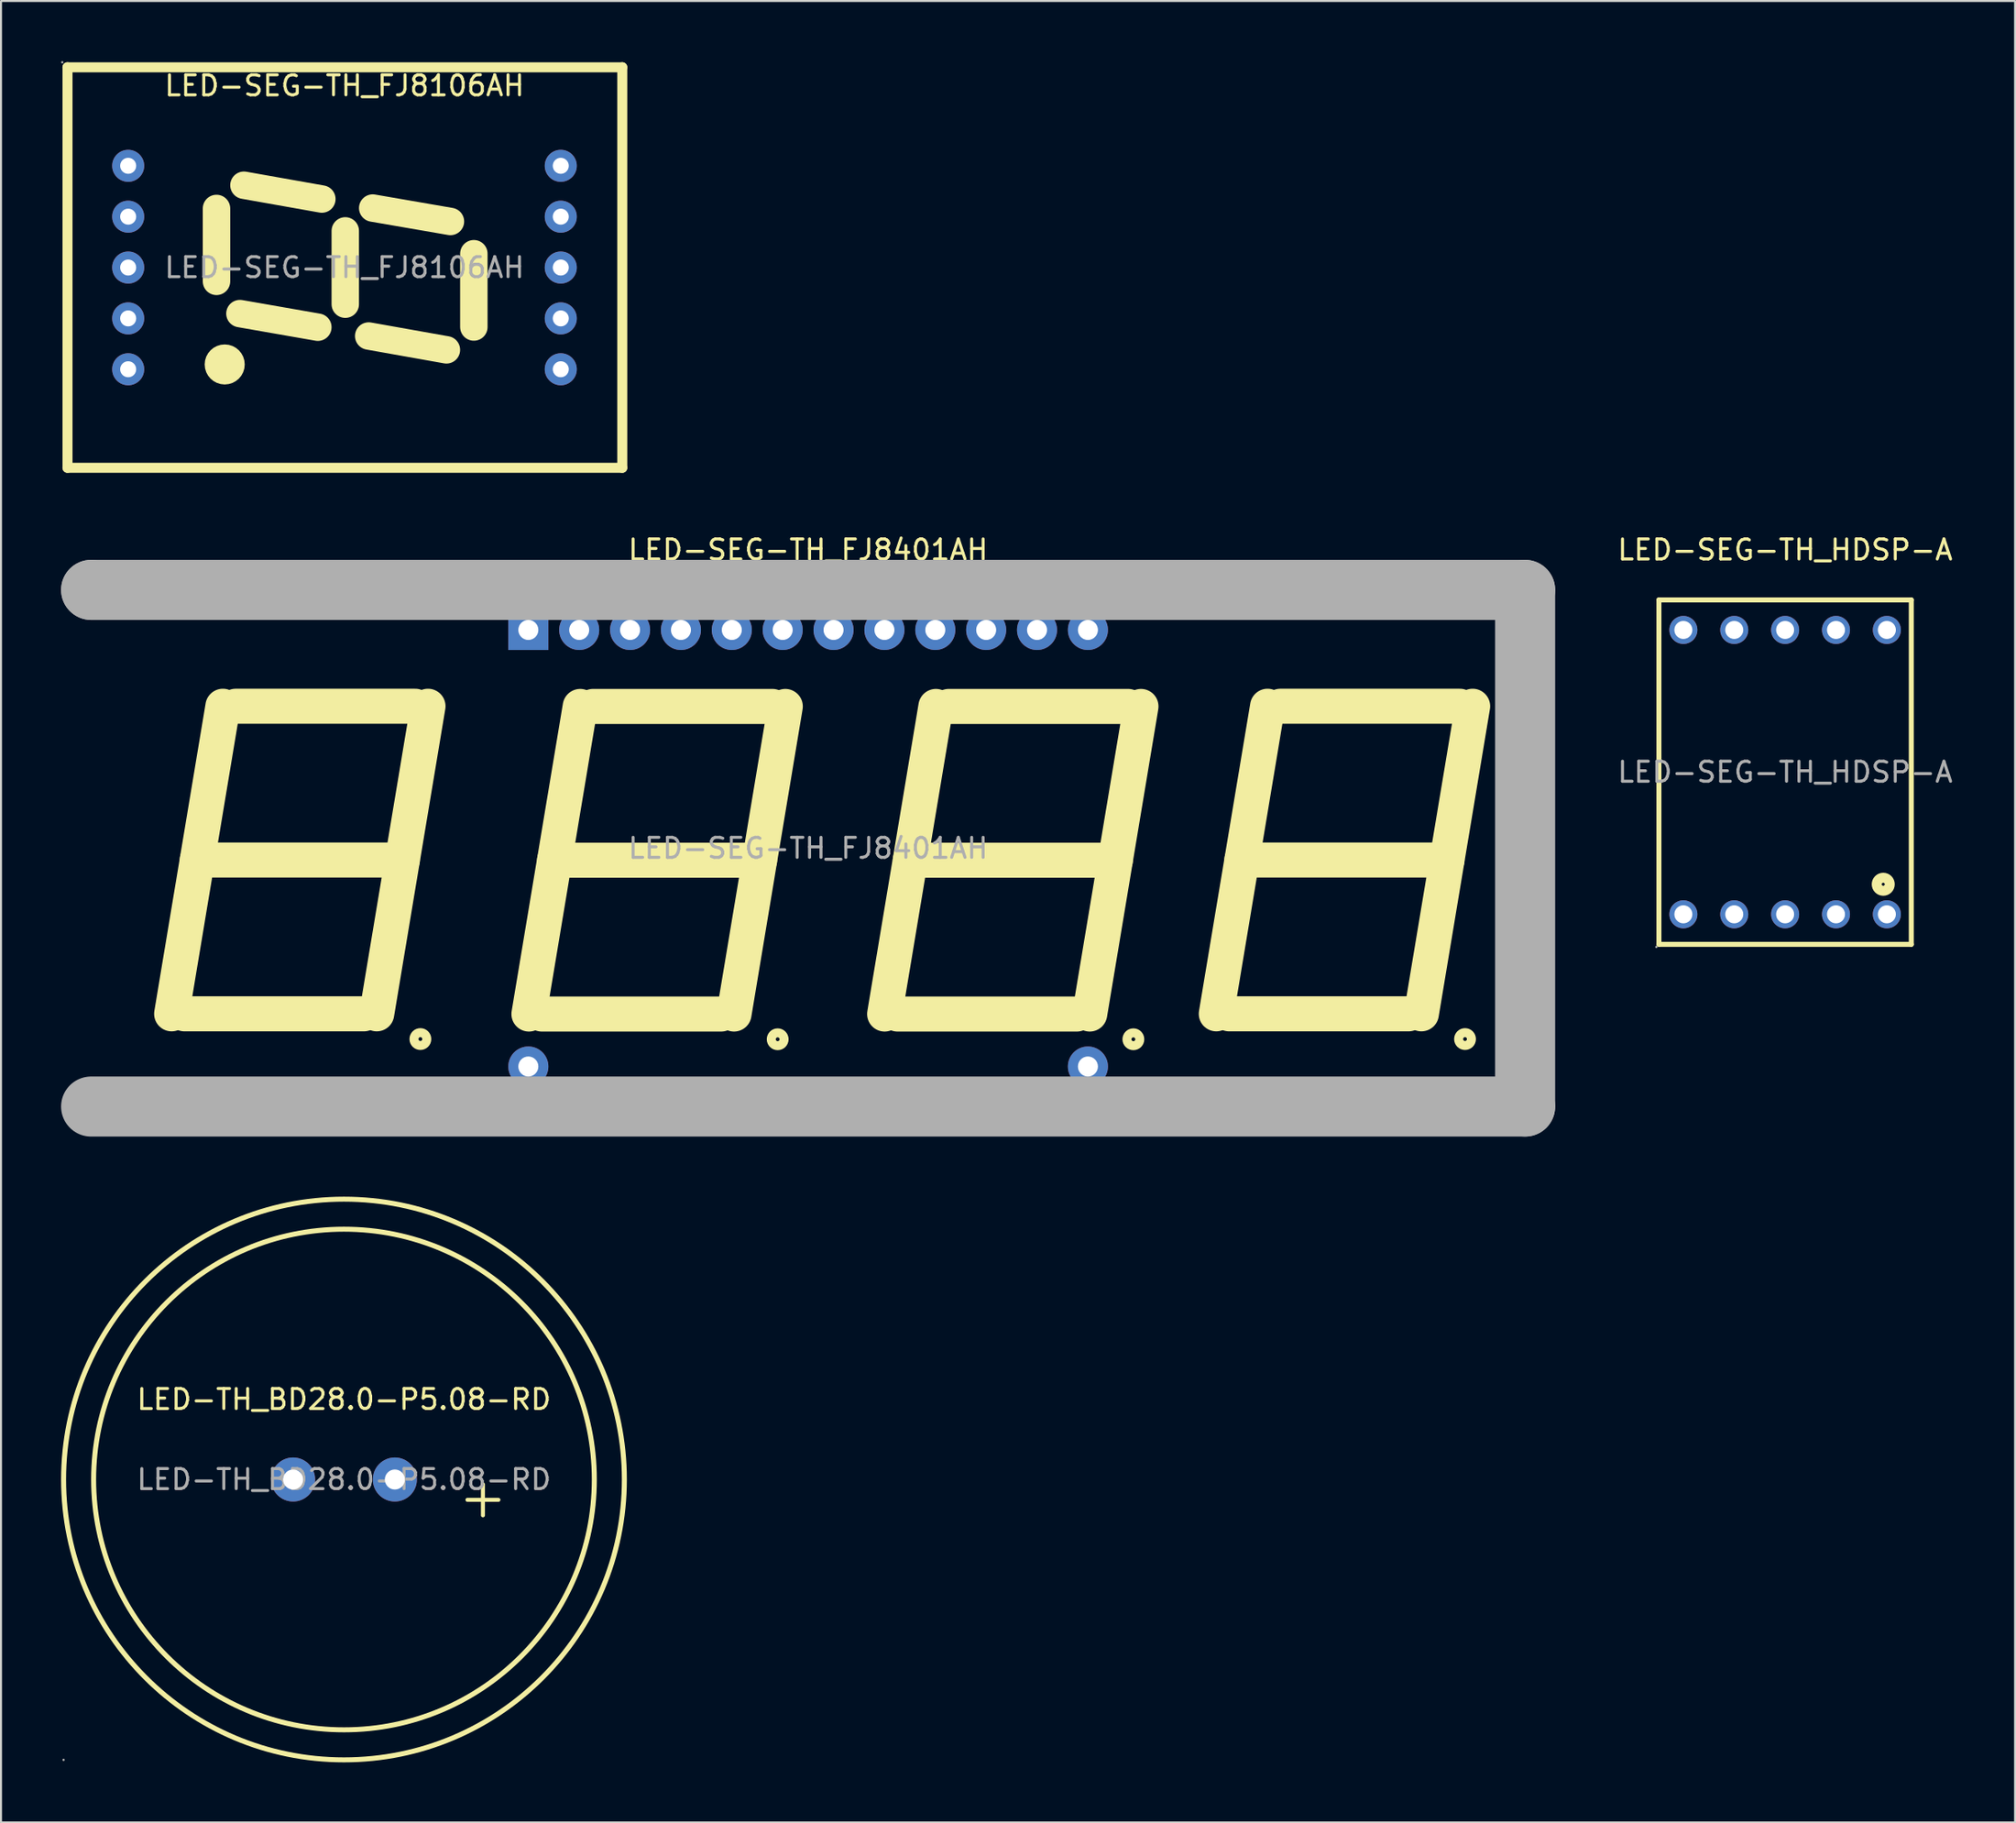
<source format=kicad_pcb>
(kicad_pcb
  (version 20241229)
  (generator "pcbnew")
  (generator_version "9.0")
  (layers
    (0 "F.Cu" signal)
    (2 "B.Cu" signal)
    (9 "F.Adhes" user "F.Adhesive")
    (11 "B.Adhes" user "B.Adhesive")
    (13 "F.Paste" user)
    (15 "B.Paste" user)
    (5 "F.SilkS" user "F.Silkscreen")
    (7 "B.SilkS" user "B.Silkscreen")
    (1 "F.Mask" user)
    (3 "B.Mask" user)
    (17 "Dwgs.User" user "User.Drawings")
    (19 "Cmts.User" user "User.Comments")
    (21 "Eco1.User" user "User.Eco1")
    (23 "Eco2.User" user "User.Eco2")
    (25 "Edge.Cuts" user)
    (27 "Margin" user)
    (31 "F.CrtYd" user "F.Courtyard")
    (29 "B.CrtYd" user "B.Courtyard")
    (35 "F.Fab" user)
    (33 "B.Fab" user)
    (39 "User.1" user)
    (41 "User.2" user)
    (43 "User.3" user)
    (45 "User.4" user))
  (footprint "LED-SEG-TH_FJ8106AH"
    (layer "F.Cu")
    (at 14.15 10.31)
    (property "Reference" "LED-SEG-TH_FJ8106AH" (at 0 -9.08 0) (layer "F.SilkS") (effects (font (size 1 1) (thickness 0.15))))
    (attr through_hole)
    (fp_line (start -13.83 -10) (end -13.83 10) (stroke (width 0.5) (type solid)) (layer "F.SilkS"))
    (fp_line (start -13.83 10) (end 13.87 10) (stroke (width 0.5) (type solid)) (layer "F.SilkS"))
    (fp_line (start -6.39 -2.95) (end -6.39 0.69) (stroke (width 1.37) (type solid)) (layer "F.SilkS"))
    (fp_line (start -5.22 2.3) (end -1.33 2.98) (stroke (width 1.37) (type solid)) (layer "F.SilkS"))
    (fp_line (start -5.02 -4.11) (end -1.13 -3.42) (stroke (width 1.37) (type solid)) (layer "F.SilkS"))
    (fp_line (start 0.04 1.83) (end 0.04 -1.83) (stroke (width 1.37) (type solid)) (layer "F.SilkS"))
    (fp_line (start 1.21 3.42) (end 5.09 4.11) (stroke (width 1.37) (type solid)) (layer "F.SilkS"))
    (fp_line (start 1.41 -2.97) (end 5.29 -2.3) (stroke (width 1.37) (type solid)) (layer "F.SilkS"))
    (fp_line (start 6.46 2.97) (end 6.46 -0.69) (stroke (width 1.37) (type solid)) (layer "F.SilkS"))
    (fp_line (start 13.87 -10) (end -13.83 -10) (stroke (width 0.5) (type solid)) (layer "F.SilkS"))
    (fp_line (start 13.87 10) (end 13.87 -10) (stroke (width 0.5) (type solid)) (layer "F.SilkS"))
    (fp_arc (start -5.98 4.84) (mid -5.98 4.84) (end -5.98 4.84) (stroke (width 1) (type solid)) (layer "F.SilkS"))
    (fp_circle (center -14.09 -10.25) (end -14.06 -10.25) (stroke (width 0.06) (type solid)) (fill no) (layer "F.Fab"))
    (fp_circle (center -10.8 -5.08) (end -10.65 -5.08) (stroke (width 0.3) (type solid)) (fill no) (layer "F.Fab"))
    (fp_circle (center -10.8 -2.54) (end -10.65 -2.54) (stroke (width 0.3) (type solid)) (fill no) (layer "F.Fab"))
    (fp_circle (center -10.8 0) (end -10.65 0) (stroke (width 0.3) (type solid)) (fill no) (layer "F.Fab"))
    (fp_circle (center -10.8 2.54) (end -10.65 2.54) (stroke (width 0.3) (type solid)) (fill no) (layer "F.Fab"))
    (fp_circle (center -10.8 5.08) (end -10.65 5.08) (stroke (width 0.3) (type solid)) (fill no) (layer "F.Fab"))
    (fp_circle (center 10.8 -5.08) (end 10.95 -5.08) (stroke (width 0.3) (type solid)) (fill no) (layer "F.Fab"))
    (fp_circle (center 10.8 -2.54) (end 10.95 -2.54) (stroke (width 0.3) (type solid)) (fill no) (layer "F.Fab"))
    (fp_circle (center 10.8 0) (end 10.95 0) (stroke (width 0.3) (type solid)) (fill no) (layer "F.Fab"))
    (fp_circle (center 10.8 2.54) (end 10.95 2.54) (stroke (width 0.3) (type solid)) (fill no) (layer "F.Fab"))
    (fp_circle (center 10.8 5.08) (end 10.95 5.08) (stroke (width 0.3) (type solid)) (fill no) (layer "F.Fab"))
    (fp_text user "${REFERENCE}" (at 0 0 0) (layer "F.Fab") (effects (font (size 1 1) (thickness 0.15))))
    (pad "1" thru_hole circle (at -10.8 -5.08 180) (size 1.6 1.6) (drill 0.8) (layers "*.Cu" "*.Paste" "*.Mask"))
    (pad "2" thru_hole circle (at -10.8 -2.54 180) (size 1.6 1.6) (drill 0.8) (layers "*.Cu" "*.Paste" "*.Mask"))
    (pad "3" thru_hole circle (at -10.8 0 180) (size 1.6 1.6) (drill 0.8) (layers "*.Cu" "*.Paste" "*.Mask"))
    (pad "4" thru_hole circle (at -10.8 2.54 180) (size 1.6 1.6) (drill 0.8) (layers "*.Cu" "*.Paste" "*.Mask"))
    (pad "5" thru_hole circle (at -10.8 5.08 180) (size 1.6 1.6) (drill 0.8) (layers "*.Cu" "*.Paste" "*.Mask"))
    (pad "6" thru_hole circle (at 10.8 5.08 180) (size 1.6 1.6) (drill 0.8) (layers "*.Cu" "*.Paste" "*.Mask"))
    (pad "7" thru_hole circle (at 10.8 2.54 180) (size 1.6 1.6) (drill 0.8) (layers "*.Cu" "*.Paste" "*.Mask"))
    (pad "8" thru_hole circle (at 10.8 0 180) (size 1.6 1.6) (drill 0.8) (layers "*.Cu" "*.Paste" "*.Mask"))
    (pad "9" thru_hole circle (at 10.8 -2.54 180) (size 1.6 1.6) (drill 0.8) (layers "*.Cu" "*.Paste" "*.Mask"))
    (pad "10" thru_hole circle (at 10.8 -5.08 180) (size 1.6 1.6) (drill 0.8) (layers "*.Cu" "*.Paste" "*.Mask")))
  (footprint "LED-SEG-TH_HDSP-A"
    (layer "F.Cu")
    (at 86.082 35.508)
    (property "Reference" "LED-SEG-TH_HDSP-A" (at 0 -11.1 0) (layer "F.SilkS") (effects (font (size 1 1) (thickness 0.15))))
    (attr through_hole)
    (fp_line (start -6.3 -8.6) (end 6.3 -8.6) (stroke (width 0.25) (type solid)) (layer "F.SilkS"))
    (fp_line (start -6.3 8.6) (end -6.3 -8.6) (stroke (width 0.25) (type solid)) (layer "F.SilkS"))
    (fp_line (start 6.3 -8.6) (end 6.3 8.6) (stroke (width 0.25) (type solid)) (layer "F.SilkS"))
    (fp_line (start 6.3 8.6) (end -6.3 8.6) (stroke (width 0.25) (type solid)) (layer "F.SilkS"))
    (fp_circle (center 4.9 5.6) (end 5 5.6) (stroke (width 0.25) (type solid)) (fill no) (layer "F.SilkS"))
    (fp_circle (center 4.9 5.6) (end 5.1 5.6) (stroke (width 0.25) (type solid)) (fill no) (layer "F.SilkS"))
    (fp_circle (center 4.9 5.6) (end 5.35 5.6) (stroke (width 0.25) (type solid)) (fill no) (layer "F.SilkS"))
    (fp_circle (center -6.43 8.73) (end -6.4 8.73) (stroke (width 0.06) (type solid)) (fill no) (layer "F.Fab"))
    (fp_circle (center -5.08 -7.1) (end -4.9 -7.1) (stroke (width 0.35) (type solid)) (fill no) (layer "F.Fab"))
    (fp_circle (center -5.08 7.1) (end -4.9 7.1) (stroke (width 0.35) (type solid)) (fill no) (layer "F.Fab"))
    (fp_circle (center -2.54 -7.1) (end -2.36 -7.1) (stroke (width 0.35) (type solid)) (fill no) (layer "F.Fab"))
    (fp_circle (center -2.54 7.1) (end -2.36 7.1) (stroke (width 0.35) (type solid)) (fill no) (layer "F.Fab"))
    (fp_circle (center 0 -7.1) (end 0.18 -7.1) (stroke (width 0.35) (type solid)) (fill no) (layer "F.Fab"))
    (fp_circle (center 0 7.1) (end 0.18 7.1) (stroke (width 0.35) (type solid)) (fill no) (layer "F.Fab"))
    (fp_circle (center 2.54 -7.1) (end 2.72 -7.1) (stroke (width 0.35) (type solid)) (fill no) (layer "F.Fab"))
    (fp_circle (center 2.54 7.1) (end 2.72 7.1) (stroke (width 0.35) (type solid)) (fill no) (layer "F.Fab"))
    (fp_circle (center 5.08 -7.1) (end 5.26 -7.1) (stroke (width 0.35) (type solid)) (fill no) (layer "F.Fab"))
    (fp_circle (center 5.08 7.1) (end 5.26 7.1) (stroke (width 0.35) (type solid)) (fill no) (layer "F.Fab"))
    (fp_text user "${REFERENCE}" (at 0 0 0) (layer "F.Fab") (effects (font (size 1 1) (thickness 0.15))))
    (pad "1" thru_hole circle (at -5.08 7.1 90) (size 1.4 1.4) (drill 0.9) (layers "*.Cu" "*.Paste" "*.Mask"))
    (pad "2" thru_hole circle (at -2.54 7.1 90) (size 1.4 1.4) (drill 0.9) (layers "*.Cu" "*.Paste" "*.Mask"))
    (pad "3" thru_hole circle (at 0 7.1 90) (size 1.4 1.4) (drill 0.9) (layers "*.Cu" "*.Paste" "*.Mask"))
    (pad "4" thru_hole circle (at 2.54 7.1 90) (size 1.4 1.4) (drill 0.9) (layers "*.Cu" "*.Paste" "*.Mask"))
    (pad "5" thru_hole circle (at 5.08 7.1 90) (size 1.4 1.4) (drill 0.9) (layers "*.Cu" "*.Paste" "*.Mask"))
    (pad "6" thru_hole circle (at 5.08 -7.1 90) (size 1.4 1.4) (drill 0.9) (layers "*.Cu" "*.Paste" "*.Mask"))
    (pad "7" thru_hole circle (at 2.54 -7.1 90) (size 1.4 1.4) (drill 0.9) (layers "*.Cu" "*.Paste" "*.Mask"))
    (pad "8" thru_hole circle (at 0 -7.1 90) (size 1.4 1.4) (drill 0.9) (layers "*.Cu" "*.Paste" "*.Mask"))
    (pad "9" thru_hole circle (at -2.54 -7.1 90) (size 1.4 1.4) (drill 0.9) (layers "*.Cu" "*.Paste" "*.Mask"))
    (pad "10" thru_hole circle (at -5.08 -7.1 90) (size 1.4 1.4) (drill 0.9) (layers "*.Cu" "*.Paste" "*.Mask")))
  (footprint "LED-SEG-TH_FJ8401AH"
    (layer "F.Cu")
    (at 37.3 39.308)
    (property "Reference" "LED-SEG-TH_FJ8401AH" (at 0 -14.9 0) (layer "F.SilkS") (effects (font (size 1 1) (thickness 0.15))))
    (attr through_hole)
    (fp_line (start -31.14 8.27) (end -22.18 8.27) (stroke (width 1.75) (type solid)) (layer "F.SilkS"))
    (fp_line (start -30.5 0.59) (end -31.78 8.27) (stroke (width 1.75) (type solid)) (layer "F.SilkS"))
    (fp_line (start -29.86 0.59) (end -20.9 0.59) (stroke (width 1.75) (type solid)) (layer "F.SilkS"))
    (fp_line (start -29.22 -7.09) (end -30.5 0.59) (stroke (width 1.75) (type solid)) (layer "F.SilkS"))
    (fp_line (start -28.58 -7.09) (end -19.62 -7.09) (stroke (width 1.75) (type solid)) (layer "F.SilkS"))
    (fp_line (start -20.26 0.59) (end -21.54 8.27) (stroke (width 1.75) (type solid)) (layer "F.SilkS"))
    (fp_line (start -18.98 -7.09) (end -20.26 0.59) (stroke (width 1.75) (type solid)) (layer "F.SilkS"))
    (fp_line (start -13.3 8.28) (end -4.34 8.28) (stroke (width 1.75) (type solid)) (layer "F.SilkS"))
    (fp_line (start -12.66 0.6) (end -13.94 8.28) (stroke (width 1.75) (type solid)) (layer "F.SilkS"))
    (fp_line (start -12.02 0.6) (end -3.06 0.6) (stroke (width 1.75) (type solid)) (layer "F.SilkS"))
    (fp_line (start -11.38 -7.08) (end -12.66 0.6) (stroke (width 1.75) (type solid)) (layer "F.SilkS"))
    (fp_line (start -10.74 -7.08) (end -1.78 -7.08) (stroke (width 1.75) (type solid)) (layer "F.SilkS"))
    (fp_line (start -2.42 0.6) (end -3.7 8.28) (stroke (width 1.75) (type solid)) (layer "F.SilkS"))
    (fp_line (start -1.14 -7.08) (end -2.42 0.6) (stroke (width 1.75) (type solid)) (layer "F.SilkS"))
    (fp_line (start 4.46 8.28) (end 13.42 8.28) (stroke (width 1.75) (type solid)) (layer "F.SilkS"))
    (fp_line (start 5.1 0.6) (end 3.82 8.28) (stroke (width 1.75) (type solid)) (layer "F.SilkS"))
    (fp_line (start 5.74 0.6) (end 14.7 0.6) (stroke (width 1.75) (type solid)) (layer "F.SilkS"))
    (fp_line (start 6.38 -7.08) (end 5.1 0.6) (stroke (width 1.75) (type solid)) (layer "F.SilkS"))
    (fp_line (start 7.02 -7.08) (end 15.98 -7.08) (stroke (width 1.75) (type solid)) (layer "F.SilkS"))
    (fp_line (start 15.34 0.6) (end 14.06 8.28) (stroke (width 1.75) (type solid)) (layer "F.SilkS"))
    (fp_line (start 16.62 -7.08) (end 15.34 0.6) (stroke (width 1.75) (type solid)) (layer "F.SilkS"))
    (fp_line (start 21.02 8.27) (end 29.98 8.27) (stroke (width 1.75) (type solid)) (layer "F.SilkS"))
    (fp_line (start 21.66 0.59) (end 20.38 8.27) (stroke (width 1.75) (type solid)) (layer "F.SilkS"))
    (fp_line (start 22.3 0.59) (end 31.26 0.59) (stroke (width 1.75) (type solid)) (layer "F.SilkS"))
    (fp_line (start 22.94 -7.09) (end 21.66 0.59) (stroke (width 1.75) (type solid)) (layer "F.SilkS"))
    (fp_line (start 23.58 -7.09) (end 32.54 -7.09) (stroke (width 1.75) (type solid)) (layer "F.SilkS"))
    (fp_line (start 31.9 0.59) (end 30.62 8.27) (stroke (width 1.75) (type solid)) (layer "F.SilkS"))
    (fp_line (start 33.18 -7.09) (end 31.9 0.59) (stroke (width 1.75) (type solid)) (layer "F.SilkS"))
    (fp_circle (center -19.36 9.53) (end -19.04 9.53) (stroke (width 0.45) (type solid)) (fill no) (layer "F.SilkS"))
    (fp_circle (center -1.52 9.54) (end -1.2 9.54) (stroke (width 0.45) (type solid)) (fill no) (layer "F.SilkS"))
    (fp_circle (center 16.24 9.54) (end 16.56 9.54) (stroke (width 0.45) (type solid)) (fill no) (layer "F.SilkS"))
    (fp_circle (center 32.8 9.53) (end 33.12 9.53) (stroke (width 0.45) (type solid)) (fill no) (layer "F.SilkS"))
    (fp_line (start -35.8 -12.9) (end -35.8 -12.9) (stroke (width 3) (type solid)) (layer "F.Fab"))
    (fp_line (start -35.8 -12.9) (end 35.8 -12.9) (stroke (width 3) (type solid)) (layer "F.Fab"))
    (fp_line (start 35.8 -12.9) (end 35.8 12.9) (stroke (width 3) (type solid)) (layer "F.Fab"))
    (fp_line (start 35.8 12.9) (end -35.8 12.9) (stroke (width 3) (type solid)) (layer "F.Fab"))
    (fp_circle (center -35.93 -13.03) (end -35.9 -13.03) (stroke (width 0.06) (type solid)) (fill no) (layer "F.Fab"))
    (fp_circle (center -13.97 -10.9) (end -13.77 -10.9) (stroke (width 0.4) (type solid)) (fill no) (layer "F.Fab"))
    (fp_circle (center -13.97 10.9) (end -13.77 10.9) (stroke (width 0.4) (type solid)) (fill no) (layer "F.Fab"))
    (fp_circle (center -11.43 -10.9) (end -11.23 -10.9) (stroke (width 0.4) (type solid)) (fill no) (layer "F.Fab"))
    (fp_circle (center -8.89 -10.9) (end -8.69 -10.9) (stroke (width 0.4) (type solid)) (fill no) (layer "F.Fab"))
    (fp_circle (center -6.35 -10.9) (end -6.15 -10.9) (stroke (width 0.4) (type solid)) (fill no) (layer "F.Fab"))
    (fp_circle (center -3.81 -10.9) (end -3.61 -10.9) (stroke (width 0.4) (type solid)) (fill no) (layer "F.Fab"))
    (fp_circle (center -1.27 -10.9) (end -1.07 -10.9) (stroke (width 0.4) (type solid)) (fill no) (layer "F.Fab"))
    (fp_circle (center 1.27 -10.9) (end 1.47 -10.9) (stroke (width 0.4) (type solid)) (fill no) (layer "F.Fab"))
    (fp_circle (center 3.81 -10.9) (end 4.01 -10.9) (stroke (width 0.4) (type solid)) (fill no) (layer "F.Fab"))
    (fp_circle (center 6.35 -10.9) (end 6.55 -10.9) (stroke (width 0.4) (type solid)) (fill no) (layer "F.Fab"))
    (fp_circle (center 8.89 -10.9) (end 9.09 -10.9) (stroke (width 0.4) (type solid)) (fill no) (layer "F.Fab"))
    (fp_circle (center 11.43 -10.9) (end 11.63 -10.9) (stroke (width 0.4) (type solid)) (fill no) (layer "F.Fab"))
    (fp_circle (center 13.97 -10.9) (end 14.17 -10.9) (stroke (width 0.4) (type solid)) (fill no) (layer "F.Fab"))
    (fp_circle (center 13.97 10.9) (end 14.17 10.9) (stroke (width 0.4) (type solid)) (fill no) (layer "F.Fab"))
    (fp_text user "${REFERENCE}" (at 0 0 0) (layer "F.Fab") (effects (font (size 1 1) (thickness 0.15))))
    (pad "1" thru_hole rect (at -13.97 -10.9) (size 2 2) (drill 1) (layers "*.Cu" "*.Paste" "*.Mask"))
    (pad "2" thru_hole circle (at -11.43 -10.9) (size 2 2) (drill 1) (layers "*.Cu" "*.Paste" "*.Mask"))
    (pad "3" thru_hole circle (at -8.89 -10.9) (size 2 2) (drill 1) (layers "*.Cu" "*.Paste" "*.Mask"))
    (pad "4" thru_hole circle (at -6.35 -10.9) (size 2 2) (drill 1) (layers "*.Cu" "*.Paste" "*.Mask"))
    (pad "5" thru_hole circle (at -3.81 -10.9) (size 2 2) (drill 1) (layers "*.Cu" "*.Paste" "*.Mask"))
    (pad "6" thru_hole circle (at -1.27 -10.9) (size 2 2) (drill 1) (layers "*.Cu" "*.Paste" "*.Mask"))
    (pad "7" thru_hole circle (at 1.27 -10.9 180) (size 2 2) (drill 1) (layers "*.Cu" "*.Paste" "*.Mask"))
    (pad "8" thru_hole circle (at 3.81 -10.9 180) (size 2 2) (drill 1) (layers "*.Cu" "*.Paste" "*.Mask"))
    (pad "9" thru_hole circle (at 6.35 -10.9 180) (size 2 2) (drill 1) (layers "*.Cu" "*.Paste" "*.Mask"))
    (pad "10" thru_hole circle (at 8.89 -10.9 180) (size 2 2) (drill 1) (layers "*.Cu" "*.Paste" "*.Mask"))
    (pad "11" thru_hole circle (at 11.43 -10.9 180) (size 2 2) (drill 1) (layers "*.Cu" "*.Paste" "*.Mask"))
    (pad "12" thru_hole circle (at 13.97 -10.9 180) (size 2 2) (drill 1) (layers "*.Cu" "*.Paste" "*.Mask"))
    (pad "13" thru_hole circle (at -13.97 10.9 180) (size 2 2) (drill 1) (layers "*.Cu" "*.Paste" "*.Mask"))
    (pad "14" thru_hole circle (at 13.97 10.9 180) (size 2 2) (drill 1) (layers "*.Cu" "*.Paste" "*.Mask")))
  (footprint "LED-TH_BD28.0-P5.08-RD"
    (layer "F.Cu")
    (at 14.125 70.833)
    (property "Reference" "LED-TH_BD28.0-P5.08-RD" (at 0 -4 0) (layer "F.SilkS") (effects (font (size 1 1) (thickness 0.15))))
    (attr through_hole)
    (fp_circle (center 0 0) (end 12.5 0) (stroke (width 0.25) (type solid)) (fill no) (layer "F.SilkS"))
    (fp_circle (center 0 0) (end 14 0) (stroke (width 0.25) (type solid)) (fill no) (layer "F.SilkS"))
    (fp_circle (center -14 14) (end -13.97 14) (stroke (width 0.06) (type solid)) (fill no) (layer "F.Fab"))
    (fp_circle (center -2.54 0) (end -2.41 0) (stroke (width 0.25) (type solid)) (fill no) (layer "F.Fab"))
    (fp_circle (center 2.54 0) (end 2.67 0) (stroke (width 0.25) (type solid)) (fill no) (layer "F.Fab"))
    (fp_text user "+" (at 5.55 0.86 0) (layer "F.SilkS") (effects (font (size 2.03 2.03) (thickness 0.2)) (justify left)))
    (fp_text user "${REFERENCE}" (at 0 0 0) (layer "F.Fab") (effects (font (size 1 1) (thickness 0.15))))
    (pad "1" thru_hole circle (at -2.54 0) (size 2.2 2.2) (drill 1) (layers "*.Cu" "*.Paste" "*.Mask"))
    (pad "2" thru_hole circle (at 2.54 0) (size 2.2 2.2) (drill 1) (layers "*.Cu" "*.Paste" "*.Mask")))
  (gr_rect
    (start -3 -3)
    (end 97.564 87.958)
    (stroke (width 0.1) (type default))
    (fill no)
    (layer "Edge.Cuts")))
</source>
